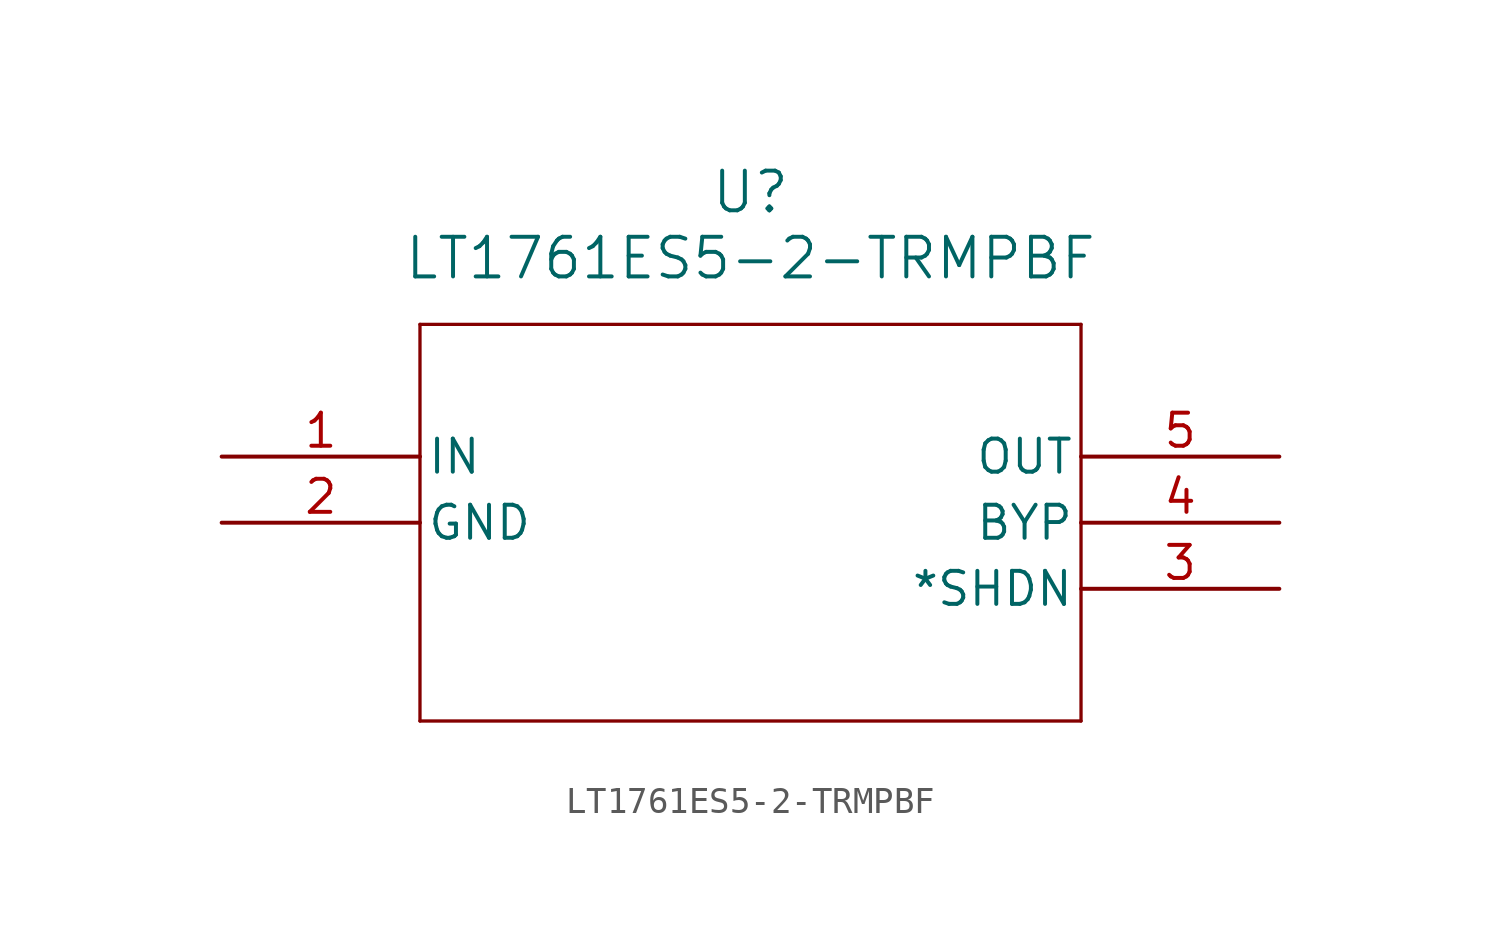
<source format=kicad_sym>
(kicad_symbol_lib
  (version 20241209)
  (generator "kicad_symbol_editor")
  (generator_version "9.0")
  (symbol "LT1761ES5-2-TRMPBF"
    (pin_names
      (offset 0.254))
    (property "Reference" "U"
      (at 20.32 10.16 0)
      (effects (font (size 1.524 1.524))))
    (property "Value" "LT1761ES5-2-TRMPBF"
      (at 20.32 7.62 0)
      (effects (font (size 1.524 1.524))))
    (symbol "LT1761ES5-2-TRMPBF_0_1"
      (polyline (pts (xy 7.62 5.08) (xy 7.62 -10.16)) (stroke (width 0.127) (type default)) (fill (type none)))
      (polyline (pts (xy 7.62 -10.16) (xy 33.02 -10.16)) (stroke (width 0.127) (type default)) (fill (type none)))
      (polyline (pts (xy 33.02 5.08) (xy 7.62 5.08)) (stroke (width 0.127) (type default)) (fill (type none)))
      (polyline (pts (xy 33.02 -10.16) (xy 33.02 5.08)) (stroke (width 0.127) (type default)) (fill (type none)))
      (pin input line (at 0 0 0) (length 7.62) (name "IN" (effects (font (size 1.27 1.27)))) (number "1" (effects (font (size 1.27 1.27)))))
      (pin power_in line (at 0 -2.54 0) (length 7.62) (name "GND" (effects (font (size 1.27 1.27)))) (number "2" (effects (font (size 1.27 1.27)))))
      (pin output line (at 40.64 0 180) (length 7.62) (name "OUT" (effects (font (size 1.27 1.27)))) (number "5" (effects (font (size 1.27 1.27)))))
      (pin unspecified line (at 40.64 -2.54 180) (length 7.62) (name "BYP" (effects (font (size 1.27 1.27)))) (number "4" (effects (font (size 1.27 1.27)))))
      (pin unspecified line (at 40.64 -5.08 180) (length 7.62) (name "*SHDN" (effects (font (size 1.27 1.27)))) (number "3" (effects (font (size 1.27 1.27))))))))
</source>
